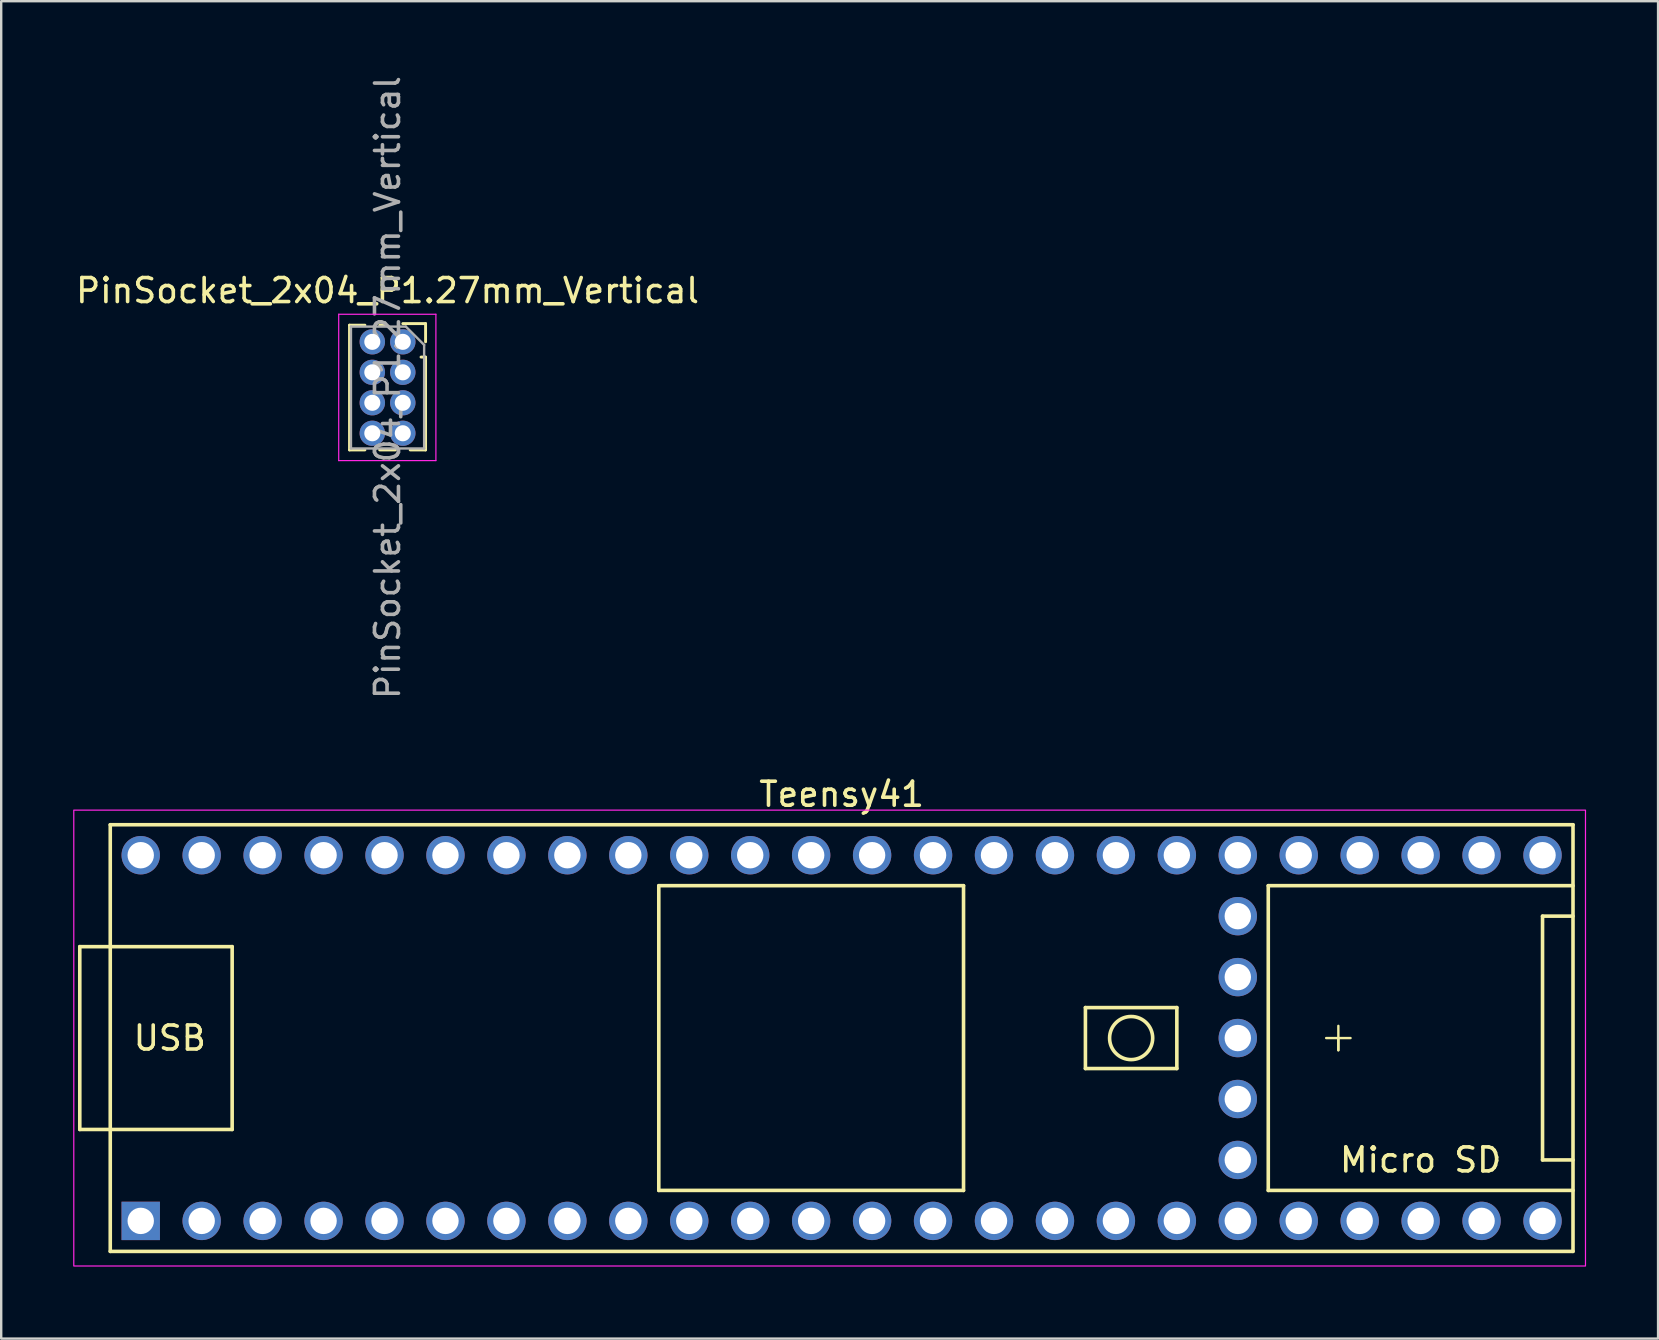
<source format=kicad_pcb>
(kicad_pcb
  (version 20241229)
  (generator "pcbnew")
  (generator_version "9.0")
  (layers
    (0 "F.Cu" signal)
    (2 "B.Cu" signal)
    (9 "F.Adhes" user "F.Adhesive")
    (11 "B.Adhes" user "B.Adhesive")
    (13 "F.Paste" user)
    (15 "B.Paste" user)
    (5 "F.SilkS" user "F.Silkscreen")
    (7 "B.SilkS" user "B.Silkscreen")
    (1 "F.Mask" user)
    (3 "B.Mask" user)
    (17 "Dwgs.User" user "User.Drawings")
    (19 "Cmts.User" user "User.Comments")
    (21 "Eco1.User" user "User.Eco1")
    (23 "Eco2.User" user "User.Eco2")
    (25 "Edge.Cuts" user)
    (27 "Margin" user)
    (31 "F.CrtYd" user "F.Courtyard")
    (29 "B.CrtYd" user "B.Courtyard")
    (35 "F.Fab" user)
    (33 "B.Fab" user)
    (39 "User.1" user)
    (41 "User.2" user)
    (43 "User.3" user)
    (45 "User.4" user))
  (footprint "Teensy41"
    (layer "F.Cu")
    (at 32.025 40.211)
    (property "Reference" "Teensy41" (at 0 -10.16 0) (layer "F.SilkS") (effects (font (size 1 1) (thickness 0.15))))
    (attr through_hole)
    (fp_line (start -31.75 -3.81) (end -30.48 -3.81) (stroke (width 0.15) (type solid)) (layer "F.SilkS"))
    (fp_line (start -31.75 3.81) (end -31.75 -3.81) (stroke (width 0.15) (type solid)) (layer "F.SilkS"))
    (fp_line (start -30.48 -8.89) (end 30.48 -8.89) (stroke (width 0.15) (type solid)) (layer "F.SilkS"))
    (fp_line (start -30.48 3.81) (end -31.75 3.81) (stroke (width 0.15) (type solid)) (layer "F.SilkS"))
    (fp_line (start -30.48 8.89) (end -30.48 -8.89) (stroke (width 0.15) (type solid)) (layer "F.SilkS"))
    (fp_line (start -25.4 -3.81) (end -30.48 -3.81) (stroke (width 0.15) (type solid)) (layer "F.SilkS"))
    (fp_line (start -25.4 3.81) (end -30.48 3.81) (stroke (width 0.15) (type solid)) (layer "F.SilkS"))
    (fp_line (start -25.4 3.81) (end -25.4 -3.81) (stroke (width 0.15) (type solid)) (layer "F.SilkS"))
    (fp_line (start -7.62 -6.35) (end -7.62 6.35) (stroke (width 0.15) (type solid)) (layer "F.SilkS"))
    (fp_line (start -7.62 6.35) (end 5.08 6.35) (stroke (width 0.15) (type solid)) (layer "F.SilkS"))
    (fp_line (start 5.08 -6.35) (end -7.62 -6.35) (stroke (width 0.15) (type solid)) (layer "F.SilkS"))
    (fp_line (start 5.08 6.35) (end 5.08 -6.35) (stroke (width 0.15) (type solid)) (layer "F.SilkS"))
    (fp_line (start 10.16 -1.27) (end 13.97 -1.27) (stroke (width 0.15) (type solid)) (layer "F.SilkS"))
    (fp_line (start 10.16 1.27) (end 10.16 -1.27) (stroke (width 0.15) (type solid)) (layer "F.SilkS"))
    (fp_line (start 13.97 -1.27) (end 13.97 1.27) (stroke (width 0.15) (type solid)) (layer "F.SilkS"))
    (fp_line (start 13.97 1.27) (end 10.16 1.27) (stroke (width 0.15) (type solid)) (layer "F.SilkS"))
    (fp_line (start 17.78 -6.35) (end 17.78 6.35) (stroke (width 0.15) (type solid)) (layer "F.SilkS"))
    (fp_line (start 17.78 6.35) (end 30.48 6.35) (stroke (width 0.15) (type solid)) (layer "F.SilkS"))
    (fp_line (start 20.193 0) (end 20.701 0) (stroke (width 0.1) (type default)) (layer "F.SilkS"))
    (fp_line (start 20.701 -0.508) (end 20.701 0.508) (stroke (width 0.1) (type default)) (layer "F.SilkS"))
    (fp_line (start 20.701 0) (end 21.209 0) (stroke (width 0.1) (type default)) (layer "F.SilkS"))
    (fp_line (start 20.701 0.508) (end 20.701 0) (stroke (width 0.1) (type default)) (layer "F.SilkS"))
    (fp_line (start 29.21 -5.08) (end 29.21 5.08) (stroke (width 0.15) (type solid)) (layer "F.SilkS"))
    (fp_line (start 29.21 5.08) (end 30.48 5.08) (stroke (width 0.15) (type solid)) (layer "F.SilkS"))
    (fp_line (start 30.48 -8.89) (end 30.48 8.89) (stroke (width 0.15) (type solid)) (layer "F.SilkS"))
    (fp_line (start 30.48 -6.35) (end 17.78 -6.35) (stroke (width 0.15) (type solid)) (layer "F.SilkS"))
    (fp_line (start 30.48 -5.08) (end 29.21 -5.08) (stroke (width 0.15) (type solid)) (layer "F.SilkS"))
    (fp_line (start 30.48 8.89) (end -30.48 8.89) (stroke (width 0.15) (type solid)) (layer "F.SilkS"))
    (fp_circle (center 12.065 0) (end 12.7 -0.635) (stroke (width 0.15) (type solid)) (fill no) (layer "F.SilkS"))
    (fp_rect (start -32 -9.5) (end 31 9.5) (stroke (width 0.05) (type default)) (fill no) (layer "F.CrtYd"))
    (fp_text user "Micro SD" (at 24.13 5.08 0) (layer "F.SilkS") (effects (font (size 1 1) (thickness 0.15))))
    (fp_text user "USB" (at -28 0 0) (layer "F.SilkS") (effects (font (size 1 1) (thickness 0.15))))
    (pad "1" thru_hole rect (at -29.21 7.62) (size 1.6 1.6) (drill 1.1) (layers "*.Cu" "*.Mask"))
    (pad "2" thru_hole circle (at -26.67 7.62) (size 1.6 1.6) (drill 1.1) (layers "*.Cu" "*.Mask"))
    (pad "3" thru_hole circle (at -24.13 7.62) (size 1.6 1.6) (drill 1.1) (layers "*.Cu" "*.Mask"))
    (pad "4" thru_hole circle (at -21.59 7.62) (size 1.6 1.6) (drill 1.1) (layers "*.Cu" "*.Mask"))
    (pad "5" thru_hole circle (at -19.05 7.62) (size 1.6 1.6) (drill 1.1) (layers "*.Cu" "*.Mask"))
    (pad "6" thru_hole circle (at -16.51 7.62) (size 1.6 1.6) (drill 1.1) (layers "*.Cu" "*.Mask"))
    (pad "7" thru_hole circle (at -13.97 7.62) (size 1.6 1.6) (drill 1.1) (layers "*.Cu" "*.Mask"))
    (pad "8" thru_hole circle (at -11.43 7.62) (size 1.6 1.6) (drill 1.1) (layers "*.Cu" "*.Mask"))
    (pad "9" thru_hole circle (at -8.89 7.62) (size 1.6 1.6) (drill 1.1) (layers "*.Cu" "*.Mask"))
    (pad "10" thru_hole circle (at -6.35 7.62) (size 1.6 1.6) (drill 1.1) (layers "*.Cu" "*.Mask"))
    (pad "11" thru_hole circle (at -3.81 7.62) (size 1.6 1.6) (drill 1.1) (layers "*.Cu" "*.Mask"))
    (pad "12" thru_hole circle (at -1.27 7.62) (size 1.6 1.6) (drill 1.1) (layers "*.Cu" "*.Mask"))
    (pad "13" thru_hole circle (at 1.27 7.62) (size 1.6 1.6) (drill 1.1) (layers "*.Cu" "*.Mask"))
    (pad "14" thru_hole circle (at 3.81 7.62) (size 1.6 1.6) (drill 1.1) (layers "*.Cu" "*.Mask"))
    (pad "15" thru_hole circle (at 6.35 7.62) (size 1.6 1.6) (drill 1.1) (layers "*.Cu" "*.Mask"))
    (pad "16" thru_hole circle (at 8.89 7.62) (size 1.6 1.6) (drill 1.1) (layers "*.Cu" "*.Mask"))
    (pad "17" thru_hole circle (at 11.43 7.62) (size 1.6 1.6) (drill 1.1) (layers "*.Cu" "*.Mask"))
    (pad "18" thru_hole circle (at 13.97 7.62) (size 1.6 1.6) (drill 1.1) (layers "*.Cu" "*.Mask"))
    (pad "19" thru_hole circle (at 16.51 7.62) (size 1.6 1.6) (drill 1.1) (layers "*.Cu" "*.Mask"))
    (pad "20" thru_hole circle (at 19.05 7.62) (size 1.6 1.6) (drill 1.1) (layers "*.Cu" "*.Mask"))
    (pad "21" thru_hole circle (at 21.59 7.62) (size 1.6 1.6) (drill 1.1) (layers "*.Cu" "*.Mask"))
    (pad "22" thru_hole circle (at 24.13 7.62) (size 1.6 1.6) (drill 1.1) (layers "*.Cu" "*.Mask"))
    (pad "23" thru_hole circle (at 26.67 7.62) (size 1.6 1.6) (drill 1.1) (layers "*.Cu" "*.Mask"))
    (pad "24" thru_hole circle (at 29.21 7.62) (size 1.6 1.6) (drill 1.1) (layers "*.Cu" "*.Mask"))
    (pad "25" thru_hole circle (at 29.21 -7.62) (size 1.6 1.6) (drill 1.1) (layers "*.Cu" "*.Mask"))
    (pad "26" thru_hole circle (at 26.67 -7.62) (size 1.6 1.6) (drill 1.1) (layers "*.Cu" "*.Mask"))
    (pad "27" thru_hole circle (at 24.13 -7.62) (size 1.6 1.6) (drill 1.1) (layers "*.Cu" "*.Mask"))
    (pad "28" thru_hole circle (at 21.59 -7.62) (size 1.6 1.6) (drill 1.1) (layers "*.Cu" "*.Mask"))
    (pad "29" thru_hole circle (at 19.05 -7.62) (size 1.6 1.6) (drill 1.1) (layers "*.Cu" "*.Mask"))
    (pad "30" thru_hole circle (at 16.51 -7.62) (size 1.6 1.6) (drill 1.1) (layers "*.Cu" "*.Mask"))
    (pad "31" thru_hole circle (at 13.97 -7.62) (size 1.6 1.6) (drill 1.1) (layers "*.Cu" "*.Mask"))
    (pad "32" thru_hole circle (at 11.43 -7.62) (size 1.6 1.6) (drill 1.1) (layers "*.Cu" "*.Mask"))
    (pad "33" thru_hole circle (at 8.89 -7.62) (size 1.6 1.6) (drill 1.1) (layers "*.Cu" "*.Mask"))
    (pad "34" thru_hole circle (at 6.35 -7.62) (size 1.6 1.6) (drill 1.1) (layers "*.Cu" "*.Mask"))
    (pad "35" thru_hole circle (at 3.81 -7.62) (size 1.6 1.6) (drill 1.1) (layers "*.Cu" "*.Mask"))
    (pad "36" thru_hole circle (at 1.27 -7.62) (size 1.6 1.6) (drill 1.1) (layers "*.Cu" "*.Mask"))
    (pad "37" thru_hole circle (at -1.27 -7.62) (size 1.6 1.6) (drill 1.1) (layers "*.Cu" "*.Mask"))
    (pad "38" thru_hole circle (at -3.81 -7.62) (size 1.6 1.6) (drill 1.1) (layers "*.Cu" "*.Mask"))
    (pad "39" thru_hole circle (at -6.35 -7.62) (size 1.6 1.6) (drill 1.1) (layers "*.Cu" "*.Mask"))
    (pad "40" thru_hole circle (at -8.89 -7.62) (size 1.6 1.6) (drill 1.1) (layers "*.Cu" "*.Mask"))
    (pad "41" thru_hole circle (at -11.43 -7.62) (size 1.6 1.6) (drill 1.1) (layers "*.Cu" "*.Mask"))
    (pad "42" thru_hole circle (at -13.97 -7.62) (size 1.6 1.6) (drill 1.1) (layers "*.Cu" "*.Mask"))
    (pad "43" thru_hole circle (at -16.51 -7.62) (size 1.6 1.6) (drill 1.1) (layers "*.Cu" "*.Mask"))
    (pad "44" thru_hole circle (at -19.05 -7.62) (size 1.6 1.6) (drill 1.1) (layers "*.Cu" "*.Mask"))
    (pad "45" thru_hole circle (at -21.59 -7.62) (size 1.6 1.6) (drill 1.1) (layers "*.Cu" "*.Mask"))
    (pad "46" thru_hole circle (at -24.13 -7.62) (size 1.6 1.6) (drill 1.1) (layers "*.Cu" "*.Mask"))
    (pad "47" thru_hole circle (at -26.67 -7.62) (size 1.6 1.6) (drill 1.1) (layers "*.Cu" "*.Mask"))
    (pad "48" thru_hole circle (at -29.21 -7.62) (size 1.6 1.6) (drill 1.1) (layers "*.Cu" "*.Mask"))
    (pad "50" thru_hole circle (at 16.51 5.08) (size 1.6 1.6) (drill 1.1) (layers "*.Cu" "*.Mask"))
    (pad "51" thru_hole circle (at 16.51 2.54) (size 1.6 1.6) (drill 1.1) (layers "*.Cu" "*.Mask"))
    (pad "52" thru_hole circle (at 16.51 0) (size 1.6 1.6) (drill 1.1) (layers "*.Cu" "*.Mask"))
    (pad "53" thru_hole circle (at 16.51 -2.54) (size 1.6 1.6) (drill 1.1) (layers "*.Cu" "*.Mask"))
    (pad "54" thru_hole circle (at 16.51 -5.08) (size 1.6 1.6) (drill 1.1) (layers "*.Cu" "*.Mask")))
  (footprint "PinSocket_2x04_P1.27mm_Vertical"
    (layer "F.Cu")
    (at 13.736 11.196)
    (property "Reference" "PinSocket_2x04_P1.27mm_Vertical" (at -0.635 -2.135 0) (layer "F.SilkS") (effects (font (size 1 1) (thickness 0.15))))
    (attr through_hole)
    (fp_line (start -2.22 -0.695) (end -2.22 4.505) (stroke (width 0.12) (type solid)) (layer "F.SilkS"))
    (fp_line (start -2.22 -0.695) (end -1.578 -0.695) (stroke (width 0.12) (type solid)) (layer "F.SilkS"))
    (fp_line (start -2.22 4.505) (end -1.578 4.505) (stroke (width 0.12) (type solid)) (layer "F.SilkS"))
    (fp_line (start -0.962 -0.695) (end -0.76 -0.695) (stroke (width 0.12) (type solid)) (layer "F.SilkS"))
    (fp_line (start -0.962 4.505) (end -0.308 4.505) (stroke (width 0.12) (type solid)) (layer "F.SilkS"))
    (fp_line (start 0 -0.76) (end 0.95 -0.76) (stroke (width 0.12) (type solid)) (layer "F.SilkS"))
    (fp_line (start 0.308 4.505) (end 0.95 4.505) (stroke (width 0.12) (type solid)) (layer "F.SilkS"))
    (fp_line (start 0.76 0.635) (end 0.95 0.635) (stroke (width 0.12) (type solid)) (layer "F.SilkS"))
    (fp_line (start 0.95 -0.76) (end 0.95 0) (stroke (width 0.12) (type solid)) (layer "F.SilkS"))
    (fp_line (start 0.95 0.635) (end 0.95 4.505) (stroke (width 0.12) (type solid)) (layer "F.SilkS"))
    (fp_line (start -2.67 -1.15) (end 1.38 -1.15) (stroke (width 0.05) (type solid)) (layer "F.CrtYd"))
    (fp_line (start -2.67 4.95) (end -2.67 -1.15) (stroke (width 0.05) (type solid)) (layer "F.CrtYd"))
    (fp_line (start 1.38 -1.15) (end 1.38 4.95) (stroke (width 0.05) (type solid)) (layer "F.CrtYd"))
    (fp_line (start 1.38 4.95) (end -2.67 4.95) (stroke (width 0.05) (type solid)) (layer "F.CrtYd"))
    (fp_line (start -2.16 -0.635) (end 0.128 -0.635) (stroke (width 0.1) (type solid)) (layer "F.Fab"))
    (fp_line (start -2.16 4.445) (end -2.16 -0.635) (stroke (width 0.1) (type solid)) (layer "F.Fab"))
    (fp_line (start 0.128 -0.635) (end 0.89 0.128) (stroke (width 0.1) (type solid)) (layer "F.Fab"))
    (fp_line (start 0.89 0.128) (end 0.89 4.445) (stroke (width 0.1) (type solid)) (layer "F.Fab"))
    (fp_line (start 0.89 4.445) (end -2.16 4.445) (stroke (width 0.1) (type solid)) (layer "F.Fab"))
    (fp_text user "${REFERENCE}" (at -0.635 1.905 90) (layer "F.Fab") (effects (font (size 1 1) (thickness 0.15))))
    (pad "1" thru_hole oval (at 0 0) (size 1.06 1.05) (drill 0.67) (layers "*.Cu" "*.Mask"))
    (pad "2" thru_hole oval (at -1.27 0) (size 1.06 1.05) (drill 0.67) (layers "*.Cu" "*.Mask"))
    (pad "3" thru_hole oval (at 0 1.27) (size 1.06 1.05) (drill 0.67) (layers "*.Cu" "*.Mask"))
    (pad "4" thru_hole oval (at -1.27 1.27) (size 1.06 1.05) (drill 0.67) (layers "*.Cu" "*.Mask"))
    (pad "5" thru_hole oval (at 0 2.54) (size 1.06 1.05) (drill 0.67) (layers "*.Cu" "*.Mask"))
    (pad "6" thru_hole oval (at -1.27 2.54) (size 1.06 1.05) (drill 0.67) (layers "*.Cu" "*.Mask"))
    (pad "7" thru_hole oval (at 0 3.81) (size 1.06 1.05) (drill 0.67) (layers "*.Cu" "*.Mask"))
    (pad "8" thru_hole oval (at -1.27 3.81) (size 1.06 1.05) (drill 0.67) (layers "*.Cu" "*.Mask")))
  (gr_rect
    (start -3 -3)
    (end 66.05 52.736)
    (stroke (width 0.1) (type default))
    (fill no)
    (layer "Edge.Cuts")))
</source>
